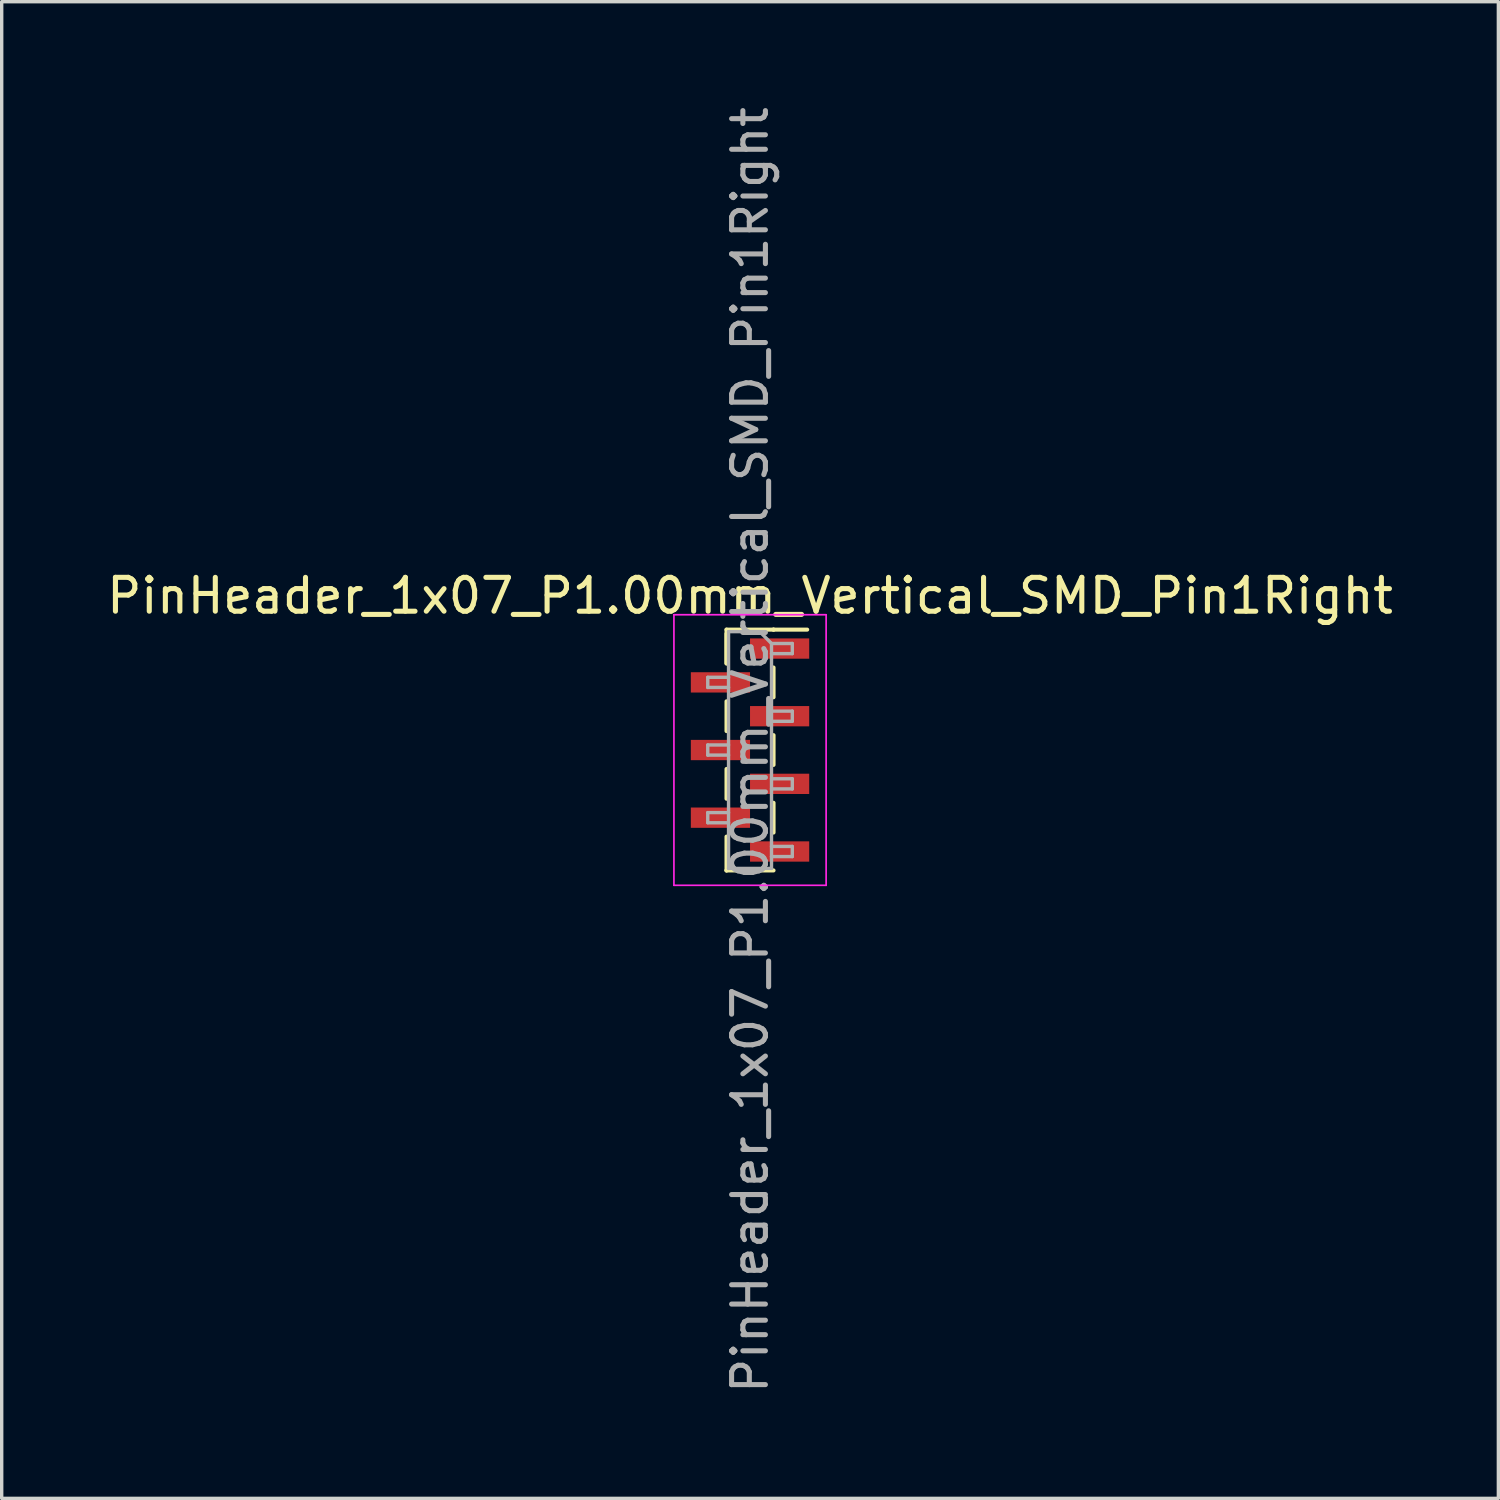
<source format=kicad_pcb>
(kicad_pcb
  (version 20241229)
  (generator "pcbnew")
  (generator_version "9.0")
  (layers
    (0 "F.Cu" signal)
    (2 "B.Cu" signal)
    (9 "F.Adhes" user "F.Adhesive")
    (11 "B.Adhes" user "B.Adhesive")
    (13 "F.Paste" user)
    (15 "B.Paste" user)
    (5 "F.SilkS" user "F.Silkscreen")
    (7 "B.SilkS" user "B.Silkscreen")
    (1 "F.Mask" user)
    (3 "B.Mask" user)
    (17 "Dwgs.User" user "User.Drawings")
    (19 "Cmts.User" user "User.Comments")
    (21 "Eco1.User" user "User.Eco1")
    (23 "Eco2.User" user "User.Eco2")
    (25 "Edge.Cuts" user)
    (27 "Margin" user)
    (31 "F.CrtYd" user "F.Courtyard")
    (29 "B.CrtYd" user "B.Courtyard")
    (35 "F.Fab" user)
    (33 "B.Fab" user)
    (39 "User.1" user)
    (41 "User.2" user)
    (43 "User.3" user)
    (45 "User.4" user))
  (footprint "PinHeader_1x07_P1.00mm_Vertical_SMD_Pin1Right"
    (layer "F.Cu")
    (at 19.125 19.125)
    (property "Reference" "PinHeader_1x07_P1.00mm_Vertical_SMD_Pin1Right" (at 0 -4.56 0) (layer "F.SilkS") (effects (font (size 1 1) (thickness 0.15))))
    (attr smd)
    (fp_line (start -0.695 -3.56) (end -0.695 -2.56) (stroke (width 0.12) (type solid)) (layer "F.SilkS"))
    (fp_line (start -0.695 -3.56) (end 0.695 -3.56) (stroke (width 0.12) (type solid)) (layer "F.SilkS"))
    (fp_line (start -0.695 -3.44) (end -0.695 -2.56) (stroke (width 0.12) (type solid)) (layer "F.SilkS"))
    (fp_line (start -0.695 -1.44) (end -0.695 -0.56) (stroke (width 0.12) (type solid)) (layer "F.SilkS"))
    (fp_line (start -0.695 0.56) (end -0.695 1.44) (stroke (width 0.12) (type solid)) (layer "F.SilkS"))
    (fp_line (start -0.695 2.56) (end -0.695 3.56) (stroke (width 0.12) (type solid)) (layer "F.SilkS"))
    (fp_line (start -0.695 3.56) (end -0.695 3.56) (stroke (width 0.12) (type solid)) (layer "F.SilkS"))
    (fp_line (start -0.695 3.56) (end 0.695 3.56) (stroke (width 0.12) (type solid)) (layer "F.SilkS"))
    (fp_line (start 0.695 -3.56) (end 0.695 -3.56) (stroke (width 0.12) (type solid)) (layer "F.SilkS"))
    (fp_line (start 0.695 -3.56) (end 1.69 -3.56) (stroke (width 0.12) (type solid)) (layer "F.SilkS"))
    (fp_line (start 0.695 -2.44) (end 0.695 -1.56) (stroke (width 0.12) (type solid)) (layer "F.SilkS"))
    (fp_line (start 0.695 -0.44) (end 0.695 0.44) (stroke (width 0.12) (type solid)) (layer "F.SilkS"))
    (fp_line (start 0.695 1.56) (end 0.695 2.44) (stroke (width 0.12) (type solid)) (layer "F.SilkS"))
    (fp_line (start -2.25 -4) (end -2.25 4) (stroke (width 0.05) (type solid)) (layer "F.CrtYd"))
    (fp_line (start -2.25 4) (end 2.25 4) (stroke (width 0.05) (type solid)) (layer "F.CrtYd"))
    (fp_line (start 2.25 -4) (end -2.25 -4) (stroke (width 0.05) (type solid)) (layer "F.CrtYd"))
    (fp_line (start 2.25 4) (end 2.25 -4) (stroke (width 0.05) (type solid)) (layer "F.CrtYd"))
    (fp_line (start -1.25 -2.15) (end -1.25 -1.85) (stroke (width 0.1) (type solid)) (layer "F.Fab"))
    (fp_line (start -1.25 -1.85) (end -0.635 -1.85) (stroke (width 0.1) (type solid)) (layer "F.Fab"))
    (fp_line (start -1.25 -0.15) (end -1.25 0.15) (stroke (width 0.1) (type solid)) (layer "F.Fab"))
    (fp_line (start -1.25 0.15) (end -0.635 0.15) (stroke (width 0.1) (type solid)) (layer "F.Fab"))
    (fp_line (start -1.25 1.85) (end -1.25 2.15) (stroke (width 0.1) (type solid)) (layer "F.Fab"))
    (fp_line (start -1.25 2.15) (end -0.635 2.15) (stroke (width 0.1) (type solid)) (layer "F.Fab"))
    (fp_line (start -0.635 -3.5) (end -0.635 3.5) (stroke (width 0.1) (type solid)) (layer "F.Fab"))
    (fp_line (start -0.635 -3.5) (end 0.285 -3.5) (stroke (width 0.1) (type solid)) (layer "F.Fab"))
    (fp_line (start -0.635 -2.15) (end -1.25 -2.15) (stroke (width 0.1) (type solid)) (layer "F.Fab"))
    (fp_line (start -0.635 -0.15) (end -1.25 -0.15) (stroke (width 0.1) (type solid)) (layer "F.Fab"))
    (fp_line (start -0.635 1.85) (end -1.25 1.85) (stroke (width 0.1) (type solid)) (layer "F.Fab"))
    (fp_line (start 0.635 -3.15) (end 0.285 -3.5) (stroke (width 0.1) (type solid)) (layer "F.Fab"))
    (fp_line (start 0.635 -3.15) (end 1.25 -3.15) (stroke (width 0.1) (type solid)) (layer "F.Fab"))
    (fp_line (start 0.635 -1.15) (end 1.25 -1.15) (stroke (width 0.1) (type solid)) (layer "F.Fab"))
    (fp_line (start 0.635 0.85) (end 1.25 0.85) (stroke (width 0.1) (type solid)) (layer "F.Fab"))
    (fp_line (start 0.635 2.85) (end 1.25 2.85) (stroke (width 0.1) (type solid)) (layer "F.Fab"))
    (fp_line (start 0.635 3.5) (end -0.635 3.5) (stroke (width 0.1) (type solid)) (layer "F.Fab"))
    (fp_line (start 0.635 3.5) (end 0.635 -3.15) (stroke (width 0.1) (type solid)) (layer "F.Fab"))
    (fp_line (start 1.25 -3.15) (end 1.25 -2.85) (stroke (width 0.1) (type solid)) (layer "F.Fab"))
    (fp_line (start 1.25 -2.85) (end 0.635 -2.85) (stroke (width 0.1) (type solid)) (layer "F.Fab"))
    (fp_line (start 1.25 -1.15) (end 1.25 -0.85) (stroke (width 0.1) (type solid)) (layer "F.Fab"))
    (fp_line (start 1.25 -0.85) (end 0.635 -0.85) (stroke (width 0.1) (type solid)) (layer "F.Fab"))
    (fp_line (start 1.25 0.85) (end 1.25 1.15) (stroke (width 0.1) (type solid)) (layer "F.Fab"))
    (fp_line (start 1.25 1.15) (end 0.635 1.15) (stroke (width 0.1) (type solid)) (layer "F.Fab"))
    (fp_line (start 1.25 2.85) (end 1.25 3.15) (stroke (width 0.1) (type solid)) (layer "F.Fab"))
    (fp_line (start 1.25 3.15) (end 0.635 3.15) (stroke (width 0.1) (type solid)) (layer "F.Fab"))
    (fp_text user "${REFERENCE}" (at 0 0 90) (layer "F.Fab") (effects (font (size 1 1) (thickness 0.15))))
    (pad "1" smd rect (at 0.875 -3) (size 1.75 0.6) (layers "F.Cu" "F.Mask" "F.Paste"))
    (pad "2" smd rect (at -0.875 -2) (size 1.75 0.6) (layers "F.Cu" "F.Mask" "F.Paste"))
    (pad "3" smd rect (at 0.875 -1) (size 1.75 0.6) (layers "F.Cu" "F.Mask" "F.Paste"))
    (pad "4" smd rect (at -0.875 0) (size 1.75 0.6) (layers "F.Cu" "F.Mask" "F.Paste"))
    (pad "5" smd rect (at 0.875 1) (size 1.75 0.6) (layers "F.Cu" "F.Mask" "F.Paste"))
    (pad "6" smd rect (at -0.875 2) (size 1.75 0.6) (layers "F.Cu" "F.Mask" "F.Paste"))
    (pad "7" smd rect (at 0.875 3) (size 1.75 0.6) (layers "F.Cu" "F.Mask" "F.Paste")))
  (gr_rect
    (start -3 -3)
    (end 41.25 41.25)
    (stroke (width 0.1) (type default))
    (fill no)
    (layer "Edge.Cuts")))
</source>
